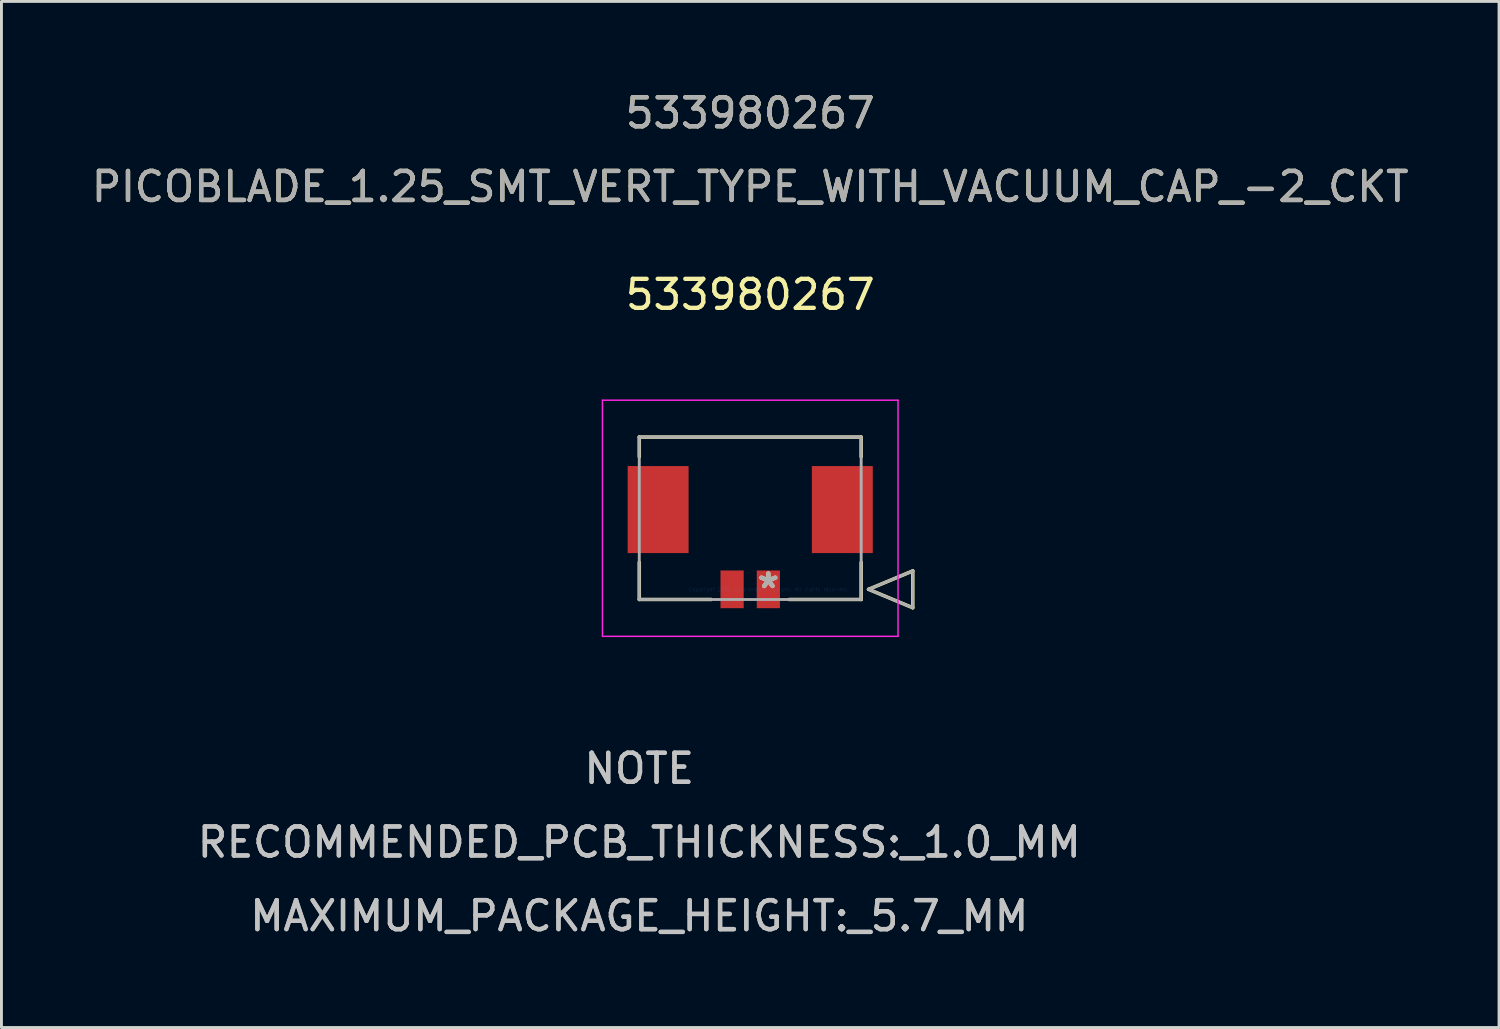
<source format=kicad_pcb>
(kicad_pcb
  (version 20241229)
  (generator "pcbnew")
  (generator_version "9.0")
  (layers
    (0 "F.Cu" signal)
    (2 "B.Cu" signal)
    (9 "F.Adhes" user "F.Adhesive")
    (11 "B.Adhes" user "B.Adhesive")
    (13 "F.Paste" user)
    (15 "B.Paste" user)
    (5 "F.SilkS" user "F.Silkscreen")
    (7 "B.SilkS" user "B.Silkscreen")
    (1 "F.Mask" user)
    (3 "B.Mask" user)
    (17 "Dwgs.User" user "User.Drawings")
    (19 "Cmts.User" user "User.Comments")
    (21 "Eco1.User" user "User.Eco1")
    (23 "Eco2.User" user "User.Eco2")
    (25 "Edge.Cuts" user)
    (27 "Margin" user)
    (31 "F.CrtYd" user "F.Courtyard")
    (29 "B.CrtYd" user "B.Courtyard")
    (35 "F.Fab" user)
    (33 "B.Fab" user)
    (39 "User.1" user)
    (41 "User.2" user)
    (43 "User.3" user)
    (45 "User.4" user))
  (footprint "533980267"
    (layer "F.Cu")
    (at 23.44 17.268)
    (property "Reference" "533980267" (at -0.625 -10.16 0) (layer "F.SilkS") (effects (font (size 1 1) (thickness 0.15))))
    (attr through_hole)
    (fp_line (start -4.45 -5.25) (end -4.45 -4.57) (stroke (width 0.12) (type solid)) (layer "F.SilkS"))
    (fp_line (start -4.45 -0.93) (end -4.45 0.35) (stroke (width 0.12) (type solid)) (layer "F.SilkS"))
    (fp_line (start -4.45 0.35) (end -1.97 0.35) (stroke (width 0.12) (type solid)) (layer "F.SilkS"))
    (fp_line (start 0.72 0.35) (end 3.2 0.35) (stroke (width 0.12) (type solid)) (layer "F.SilkS"))
    (fp_line (start 3.2 -5.25) (end -4.45 -5.25) (stroke (width 0.12) (type solid)) (layer "F.SilkS"))
    (fp_line (start 3.2 -4.57) (end 3.2 -5.25) (stroke (width 0.12) (type solid)) (layer "F.SilkS"))
    (fp_line (start 3.2 0.35) (end 3.2 -0.93) (stroke (width 0.12) (type solid)) (layer "F.SilkS"))
    (fp_line (start 3.454 0) (end 4.978 -0.635) (stroke (width 0.12) (type solid)) (layer "F.SilkS"))
    (fp_line (start 4.978 -0.635) (end 4.978 0.635) (stroke (width 0.12) (type solid)) (layer "F.SilkS"))
    (fp_line (start 4.978 0.635) (end 3.454 0) (stroke (width 0.12) (type solid)) (layer "F.SilkS"))
    (fp_line (start -5.72 -6.52) (end -5.72 1.62) (stroke (width 0.05) (type solid)) (layer "F.CrtYd"))
    (fp_line (start -5.72 1.62) (end 4.47 1.62) (stroke (width 0.05) (type solid)) (layer "F.CrtYd"))
    (fp_line (start 4.47 -6.52) (end -5.72 -6.52) (stroke (width 0.05) (type solid)) (layer "F.CrtYd"))
    (fp_line (start 4.47 1.62) (end 4.47 -6.52) (stroke (width 0.05) (type solid)) (layer "F.CrtYd"))
    (fp_line (start -4.45 -5.25) (end -4.45 0.35) (stroke (width 0.1) (type solid)) (layer "F.Fab"))
    (fp_line (start -4.45 0.35) (end 3.2 0.35) (stroke (width 0.1) (type solid)) (layer "F.Fab"))
    (fp_line (start 3.2 -5.25) (end -4.45 -5.25) (stroke (width 0.1) (type solid)) (layer "F.Fab"))
    (fp_line (start 3.2 0.35) (end 3.2 -5.25) (stroke (width 0.1) (type solid)) (layer "F.Fab"))
    (fp_line (start 3.454 0) (end 4.978 -0.635) (stroke (width 0.1) (type solid)) (layer "F.Fab"))
    (fp_line (start 4.978 -0.635) (end 4.978 0.635) (stroke (width 0.1) (type solid)) (layer "F.Fab"))
    (fp_line (start 4.978 0.635) (end 3.454 0) (stroke (width 0.1) (type solid)) (layer "F.Fab"))
    (fp_text user "*" (at 0 0 0) (layer "F.SilkS") (effects (font (size 1 1) (thickness 0.15))))
    (fp_text user "PICOBLADE_1.25_SMT_VERT_TYPE_WITH_VACUUM_CAP_-2_CKT" (at -0.625 -13.88 0) (layer "F.SilkS") (effects (font (size 1 1) (thickness 0.15))))
    (fp_text user "533980267" (at -0.625 -16.42 0) (layer "F.SilkS") (effects (font (size 1 1) (thickness 0.15))))
    (fp_text user "RECOMMENDED_PCB_THICKNESS:_1.0_MM" (at -4.45 8.72 0) (layer "Dwgs.User") (effects (font (size 1 1) (thickness 0.15))))
    (fp_text user "MAXIMUM_PACKAGE_HEIGHT:_5.7_MM" (at -4.45 11.26 0) (layer "Dwgs.User") (effects (font (size 1 1) (thickness 0.15))))
    (fp_text user "NOTE" (at -4.45 6.18 0) (layer "Dwgs.User") (effects (font (size 1 1) (thickness 0.15))))
    (fp_text user "NOTE" (at -4.45 6.18 0) (layer "Dwgs.User") (effects (font (size 1 1) (thickness 0.15))))
    (fp_text user "MAXIMUM_PACKAGE_HEIGHT:_5.7_MM" (at -4.45 11.26 0) (layer "Dwgs.User") (effects (font (size 1 1) (thickness 0.15))))
    (fp_text user "RECOMMENDED_PCB_THICKNESS:_1.0_MM" (at -4.45 8.72 0) (layer "Dwgs.User") (effects (font (size 1 1) (thickness 0.15))))
    (fp_text user "Copyright 2021 Accelerated Designs. All rights reserved." (at 0 0 0) (layer "Cmts.User") (effects (font (size 0.127 0.127) (thickness 0.002))))
    (fp_text user "PICOBLADE_1.25_SMT_VERT_TYPE_WITH_VACUUM_CAP_-2_CKT" (at -0.625 -13.88 0) (layer "F.Fab") (effects (font (size 1 1) (thickness 0.15))))
    (fp_text user "533980267" (at -0.625 -16.42 0) (layer "F.Fab") (effects (font (size 1 1) (thickness 0.15))))
    (fp_text user "*" (at 0 0 0) (layer "F.Fab") (effects (font (size 1 1) (thickness 0.15))))
    (pad "1" smd rect (at 0 0) (size 0.8 1.3) (layers "F.Cu" "F.Mask" "F.Paste"))
    (pad "2" smd rect (at -1.25 0) (size 0.8 1.3) (layers "F.Cu" "F.Mask" "F.Paste"))
    (pad "3" smd rect (at 2.55 -2.75) (size 2.1 3) (layers "F.Cu" "F.Mask" "F.Paste"))
    (pad "4" smd rect (at -3.8 -2.75) (size 2.1 3) (layers "F.Cu" "F.Mask" "F.Paste")))
  (gr_rect
    (start -3 -3)
    (end 48.631 32.376)
    (stroke (width 0.1) (type default))
    (fill no)
    (layer "Edge.Cuts")))
</source>
